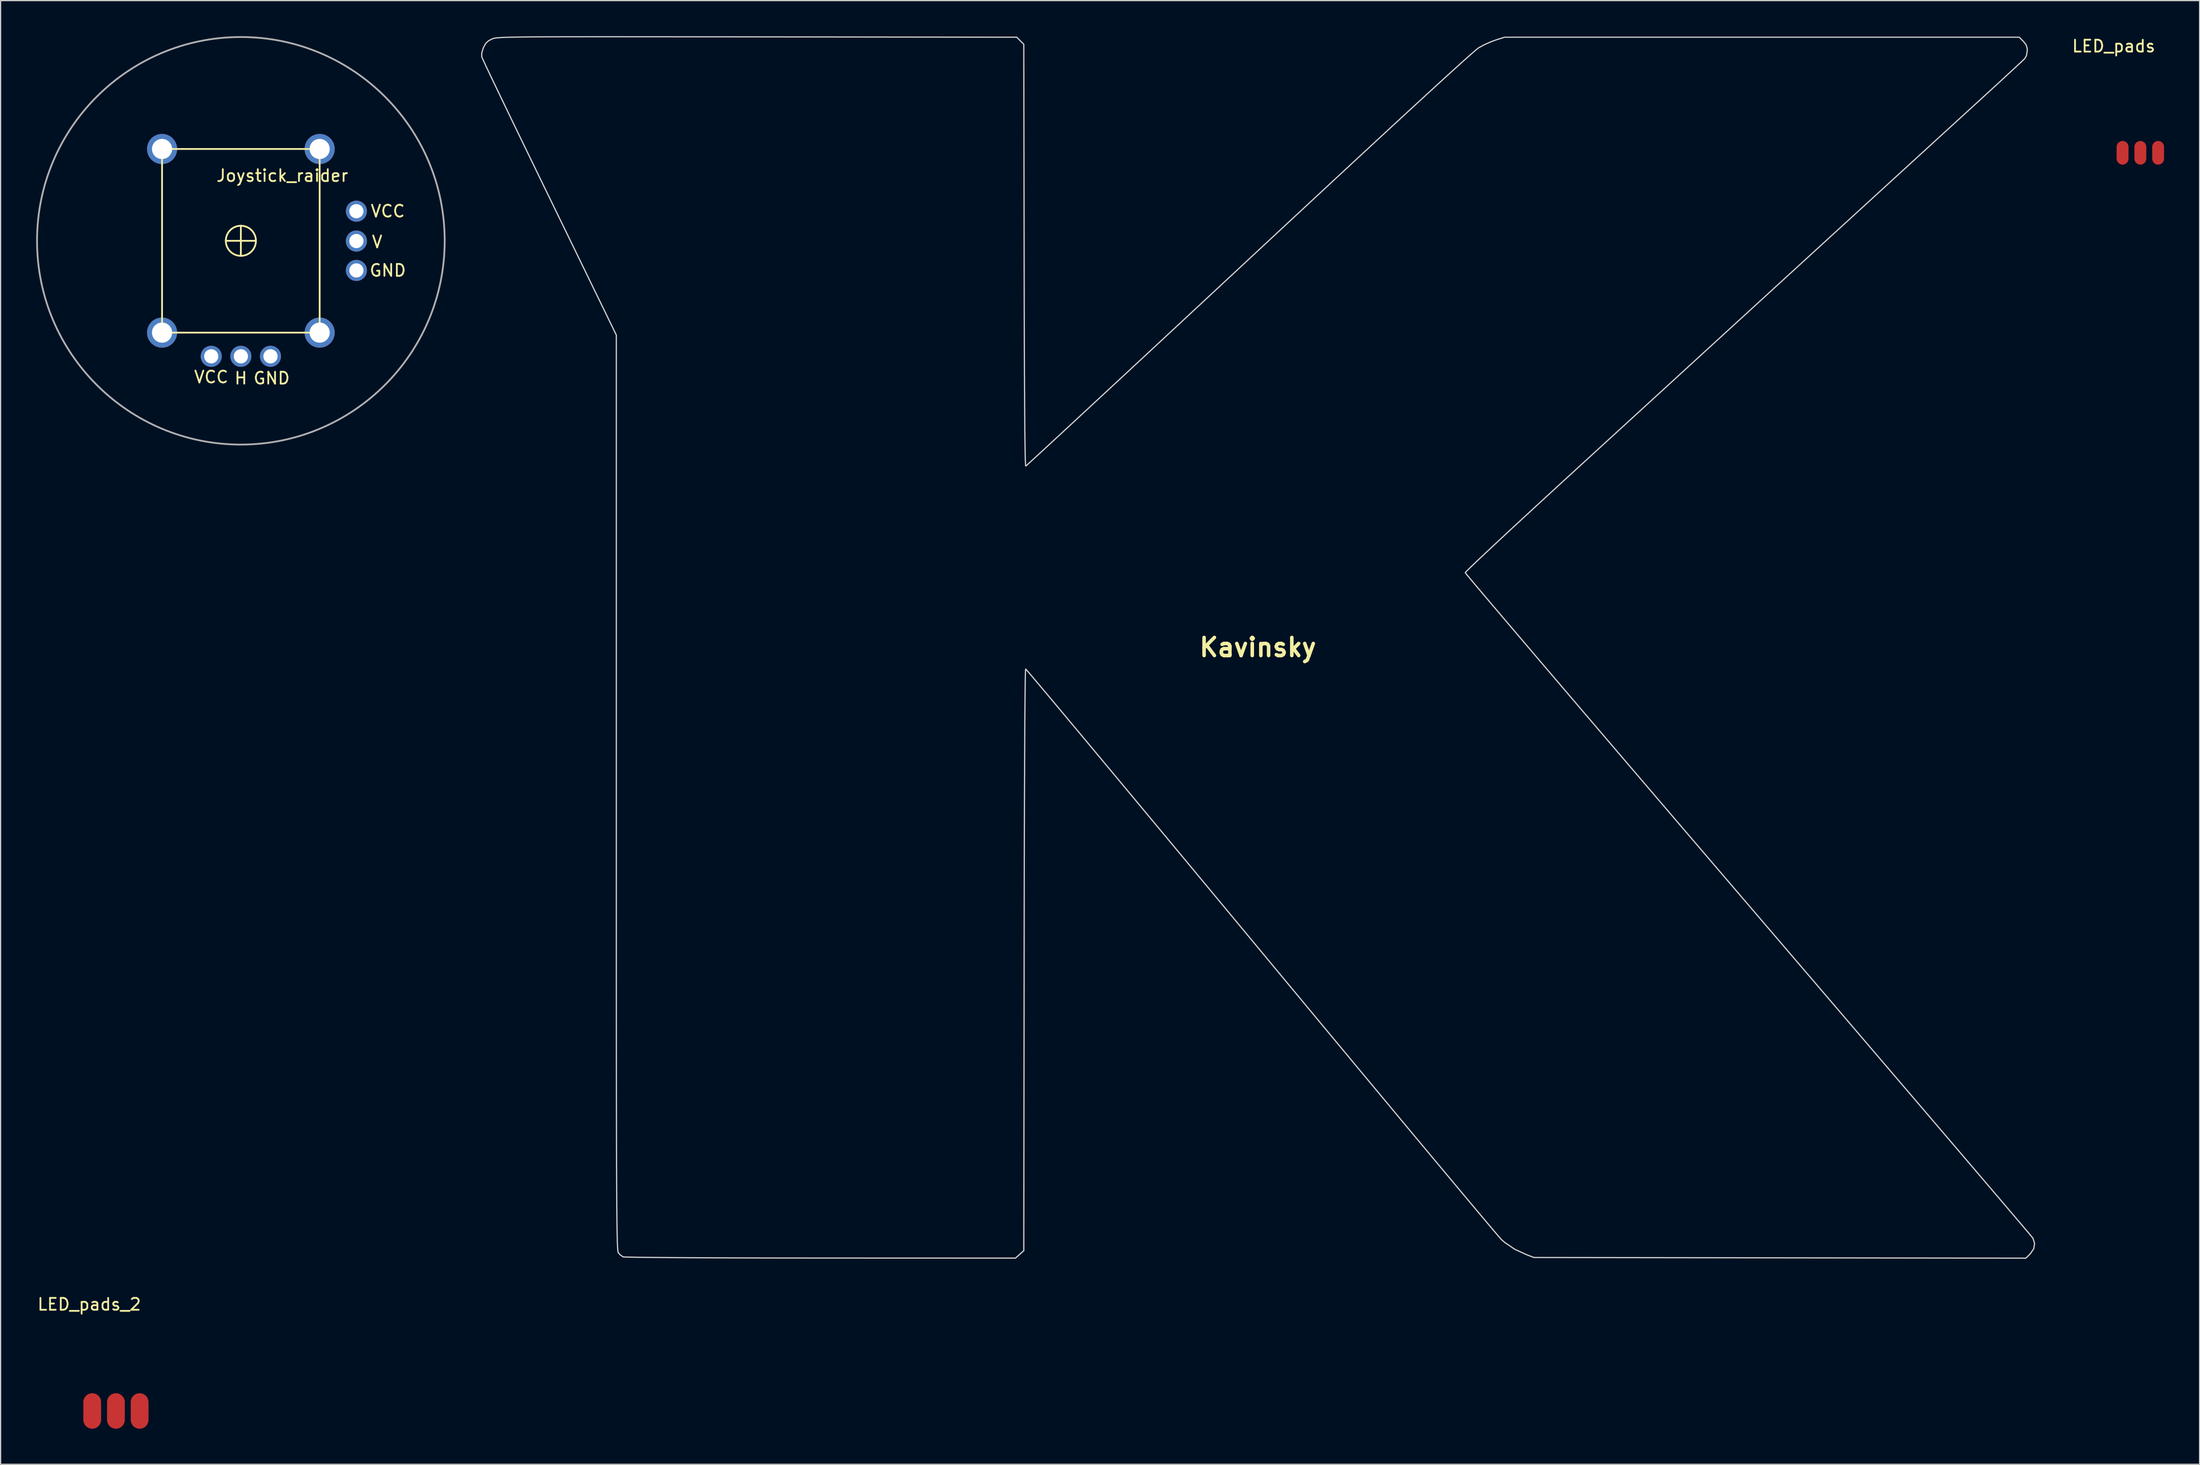
<source format=kicad_pcb>
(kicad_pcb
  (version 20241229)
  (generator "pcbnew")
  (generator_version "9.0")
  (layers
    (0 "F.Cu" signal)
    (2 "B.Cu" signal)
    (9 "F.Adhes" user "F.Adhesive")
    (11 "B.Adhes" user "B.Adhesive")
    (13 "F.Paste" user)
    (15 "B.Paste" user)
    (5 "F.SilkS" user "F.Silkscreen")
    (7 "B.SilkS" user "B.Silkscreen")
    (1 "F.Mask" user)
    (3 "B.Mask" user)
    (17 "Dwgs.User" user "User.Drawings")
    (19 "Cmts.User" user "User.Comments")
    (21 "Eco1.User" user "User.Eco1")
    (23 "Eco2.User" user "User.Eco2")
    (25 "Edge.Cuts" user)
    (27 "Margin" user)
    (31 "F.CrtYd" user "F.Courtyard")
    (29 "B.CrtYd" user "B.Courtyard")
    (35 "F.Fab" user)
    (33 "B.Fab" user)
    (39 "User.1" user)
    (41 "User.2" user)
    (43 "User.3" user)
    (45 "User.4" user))
  (footprint "LED_pads_2"
    (layer "F.Cu")
    (at 6.732 116.045)
    (property "Reference" "LED_pads_2" (at -2.25 -9 0) (unlocked yes) (layer "F.SilkS") (effects (font (size 1 1) (thickness 0.15))))
    (pad "1" smd roundrect (at -2 0) (size 1.5 3) (layers "F.Cu" "F.Mask" "F.Paste") (roundrect_rratio 0.5))
    (pad "2" smd roundrect (at 0 0) (size 1.5 3) (layers "F.Cu" "F.Mask" "F.Paste") (roundrect_rratio 0.5))
    (pad "3" smd roundrect (at 2 0) (size 1.5 3) (layers "F.Cu" "F.Mask" "F.Paste") (roundrect_rratio 0.5)))
  (footprint "LED_pads"
    (layer "F.Cu")
    (at 177.565 9.848)
    (property "Reference" "LED_pads" (at -2.25 -9 0) (unlocked yes) (layer "F.SilkS") (effects (font (size 1 1) (thickness 0.15))))
    (pad "1" smd roundrect (at -1.5 0) (size 1 2) (layers "F.Cu" "F.Mask" "F.Paste") (roundrect_rratio 0.5))
    (pad "2" smd roundrect (at 0 0) (size 1 2) (layers "F.Cu" "F.Mask" "F.Paste") (roundrect_rratio 0.5))
    (pad "3" smd roundrect (at 1.5 0) (size 1 2) (layers "F.Cu" "F.Mask" "F.Paste") (roundrect_rratio 0.5)))
  (footprint "Joystick_raider"
    (layer "F.Cu")
    (at 17.275 17.275)
    (property "Reference" "Joystick_raider" (at 3.5 -5.5 0) (layer "F.SilkS") (effects (font (size 1 1) (thickness 0.15))))
    (attr through_hole)
    (fp_line (start -6.65 -7.75) (end 6.65 -7.75) (stroke (width 0.15) (type solid)) (layer "F.SilkS"))
    (fp_line (start -6.65 -7.4) (end -6.65 7.4) (stroke (width 0.15) (type solid)) (layer "F.SilkS"))
    (fp_line (start -6.65 7.75) (end 6.65 7.75) (stroke (width 0.15) (type solid)) (layer "F.SilkS"))
    (fp_line (start -1.27 0) (end 1.27 0) (stroke (width 0.15) (type solid)) (layer "F.SilkS"))
    (fp_line (start 0 -1.27) (end 0 1.27) (stroke (width 0.15) (type solid)) (layer "F.SilkS"))
    (fp_line (start 6.65 7.4) (end 6.65 -7.4) (stroke (width 0.15) (type solid)) (layer "F.SilkS"))
    (fp_circle (center 0 0) (end 1.27 0) (stroke (width 0.15) (type solid)) (fill no) (layer "F.SilkS"))
    (fp_circle (center 0 0) (end 17.2 0) (stroke (width 0.15) (type solid)) (fill no) (layer "F.Fab"))
    (fp_text user "VCC" (at 12.4 -2.5 0) (layer "F.SilkS") (effects (font (size 1 1) (thickness 0.15))))
    (fp_text user "GND" (at 12.4 2.5 0) (layer "F.SilkS") (effects (font (size 1 1) (thickness 0.15))))
    (fp_text user "H" (at 0 11.6 180) (layer "F.SilkS") (effects (font (size 1 1) (thickness 0.15))))
    (fp_text user "GND" (at 2.6 11.6 180) (layer "F.SilkS") (effects (font (size 1 1) (thickness 0.15))))
    (fp_text user "VCC" (at -2.5 11.5 180) (layer "F.SilkS") (effects (font (size 1 1) (thickness 0.15))))
    (fp_text user "V" (at 11.5 0.1 0) (layer "F.SilkS") (effects (font (size 1 1) (thickness 0.15))))
    (pad "" np_thru_hole circle (at -6.65 -7.75) (size 2.54 2.54) (drill 1.7) (layers "*.Cu" "*.Mask"))
    (pad "" np_thru_hole circle (at -6.65 7.75) (size 2.54 2.54) (drill 1.7) (layers "*.Cu" "*.Mask"))
    (pad "" np_thru_hole circle (at 6.65 -7.75) (size 2.54 2.54) (drill 1.7) (layers "*.Cu" "*.Mask"))
    (pad "" np_thru_hole circle (at 6.65 7.75) (size 2.54 2.54) (drill 1.7) (layers "*.Cu" "*.Mask"))
    (pad "5" thru_hole circle (at -2.5 9.75) (size 1.778 1.778) (drill 1.2) (layers "*.Cu" "*.Mask"))
    (pad "6" thru_hole circle (at 0 9.75) (size 1.778 1.778) (drill 1.2) (layers "*.Cu" "*.Mask"))
    (pad "7" thru_hole circle (at 2.5 9.75) (size 1.778 1.778) (drill 1.2) (layers "*.Cu" "*.Mask"))
    (pad "8" thru_hole circle (at 9.75 -2.5) (size 1.778 1.778) (drill 1.2) (layers "*.Cu" "*.Mask"))
    (pad "9" thru_hole circle (at 9.75 0.02) (size 1.778 1.778) (drill 1.2) (layers "*.Cu" "*.Mask"))
    (pad "10" thru_hole circle (at 9.75 2.5) (size 1.778 1.778) (drill 1.2) (layers "*.Cu" "*.Mask")))
  (footprint "Kavinsky"
    (layer "F.Cu")
    (at 103.094 51.59)
    (property "Reference" "Kavinsky" (at 0 0 0) (layer "F.SilkS") (effects (font (size 1.524 1.524) (thickness 0.3))))
    (attr board_only exclude_from_pos_files exclude_from_bom)
    (fp_poly (pts (xy -53.642 -51.539) (xy -51.921 -51.538) (xy -50.023 -51.537) (xy -47.941 -51.534) (xy -45.664 -51.532) (xy -43.184 -51.529) (xy -42.255 -51.528) (xy -20.346 -51.5) (xy -20.048 -51.201) (xy -19.75 -50.903) (xy -19.722 -33.084) (xy -19.717 -30.487) (xy -19.712 -28.102) (xy -19.705 -25.928) (xy -19.698 -23.963) (xy -19.69 -22.205) (xy -19.681 -20.652) (xy -19.671 -19.3) (xy -19.66 -18.149) (xy -19.648 -17.197) (xy -19.636 -16.44) (xy -19.622 -15.877) (xy -19.607 -15.505) (xy -19.591 -15.323) (xy -19.583 -15.303) (xy -19.495 -15.378) (xy -19.257 -15.594) (xy -18.875 -15.945) (xy -18.356 -16.422) (xy -17.707 -17.021) (xy -16.935 -17.734) (xy -16.047 -18.556) (xy -15.05 -19.48) (xy -13.95 -20.5) (xy -12.755 -21.609) (xy -11.471 -22.8) (xy -10.106 -24.069) (xy -8.666 -25.407) (xy -7.157 -26.809) (xy -5.588 -28.268) (xy -3.965 -29.778) (xy -2.294 -31.332) (xy -0.746 -32.774) (xy 1.636 -34.991) (xy 3.862 -37.06) (xy 5.931 -38.981) (xy 7.844 -40.756) (xy 9.601 -42.383) (xy 11.202 -43.864) (xy 12.647 -45.197) (xy 13.937 -46.384) (xy 15.071 -47.425) (xy 16.05 -48.319) (xy 16.874 -49.067) (xy 17.543 -49.668) (xy 18.058 -50.124) (xy 18.417 -50.434) (xy 18.622 -50.598) (xy 18.65 -50.616) (xy 19.127 -50.873) (xy 19.676 -51.117) (xy 20.072 -51.262) (xy 20.826 -51.5) (xy 64.249 -51.5) (xy 64.589 -51.16) (xy 64.823 -50.874) (xy 64.918 -50.58) (xy 64.929 -50.377) (xy 64.862 -49.949) (xy 64.725 -49.705) (xy 64.609 -49.59) (xy 64.349 -49.345) (xy 63.96 -48.983) (xy 63.459 -48.519) (xy 62.861 -47.968) (xy 62.182 -47.343) (xy 61.436 -46.659) (xy 60.64 -45.931) (xy 60.271 -45.594) (xy 59.427 -44.822) (xy 58.436 -43.916) (xy 57.31 -42.887) (xy 56.061 -41.745) (xy 54.701 -40.502) (xy 53.242 -39.168) (xy 51.697 -37.754) (xy 50.076 -36.272) (xy 48.392 -34.731) (xy 46.657 -33.144) (xy 44.883 -31.521) (xy 43.081 -29.872) (xy 41.265 -28.21) (xy 39.445 -26.544) (xy 37.633 -24.886) (xy 35.843 -23.247) (xy 34.085 -21.638) (xy 32.371 -20.069) (xy 30.714 -18.552) (xy 29.125 -17.098) (xy 27.617 -15.717) (xy 26.201 -14.42) (xy 25.508 -13.785) (xy 24.393 -12.763) (xy 23.325 -11.78) (xy 22.314 -10.847) (xy 21.37 -9.973) (xy 20.504 -9.168) (xy 19.726 -8.442) (xy 19.048 -7.805) (xy 18.479 -7.267) (xy 18.03 -6.838) (xy 17.712 -6.527) (xy 17.536 -6.345) (xy 17.502 -6.3) (xy 17.572 -6.208) (xy 17.778 -5.959) (xy 18.113 -5.559) (xy 18.572 -5.012) (xy 19.152 -4.327) (xy 19.846 -3.507) (xy 20.65 -2.56) (xy 21.558 -1.491) (xy 22.566 -0.307) (xy 23.668 0.988) (xy 24.859 2.386) (xy 26.135 3.882) (xy 27.489 5.47) (xy 28.918 7.144) (xy 30.415 8.898) (xy 31.977 10.726) (xy 33.597 12.622) (xy 35.27 14.58) (xy 36.993 16.594) (xy 38.759 18.659) (xy 40.563 20.767) (xy 41.396 21.74) (xy 43.217 23.868) (xy 45.003 25.955) (xy 46.748 27.995) (xy 48.447 29.982) (xy 50.096 31.91) (xy 51.688 33.773) (xy 53.22 35.565) (xy 54.685 37.28) (xy 56.08 38.912) (xy 57.397 40.455) (xy 58.634 41.903) (xy 59.783 43.251) (xy 60.841 44.491) (xy 61.802 45.618) (xy 62.661 46.627) (xy 63.413 47.511) (xy 64.053 48.263) (xy 64.576 48.879) (xy 64.976 49.352) (xy 65.248 49.677) (xy 65.388 49.846) (xy 65.407 49.87) (xy 65.547 50.311) (xy 65.477 50.751) (xy 65.201 51.165) (xy 65.177 51.189) (xy 64.81 51.557) (xy 44.056 51.528) (xy 23.301 51.5) (xy 22.664 51.257) (xy 21.685 50.806) (xy 20.856 50.247) (xy 20.574 50.003) (xy 20.466 49.885) (xy 20.226 49.607) (xy 19.86 49.177) (xy 19.374 48.601) (xy 18.773 47.886) (xy 18.062 47.039) (xy 17.247 46.066) (xy 16.335 44.974) (xy 15.33 43.771) (xy 14.237 42.462) (xy 13.064 41.054) (xy 11.814 39.554) (xy 10.495 37.968) (xy 9.11 36.304) (xy 7.667 34.568) (xy 6.17 32.767) (xy 4.626 30.907) (xy 3.039 28.996) (xy 1.415 27.039) (xy 0.301 25.696) (xy -1.339 23.718) (xy -2.945 21.784) (xy -4.509 19.899) (xy -6.027 18.071) (xy -7.494 16.306) (xy -8.904 14.611) (xy -10.251 12.991) (xy -11.53 11.454) (xy -12.735 10.007) (xy -13.862 8.655) (xy -14.904 7.405) (xy -15.857 6.264) (xy -16.714 5.238) (xy -17.47 4.334) (xy -18.121 3.559) (xy -18.66 2.918) (xy -19.081 2.419) (xy -19.38 2.068) (xy -19.552 1.872) (xy -19.593 1.83) (xy -19.604 1.937) (xy -19.616 2.254) (xy -19.627 2.778) (xy -19.637 3.503) (xy -19.647 4.425) (xy -19.657 5.539) (xy -19.666 6.842) (xy -19.674 8.327) (xy -19.683 9.991) (xy -19.69 11.83) (xy -19.697 13.837) (xy -19.703 16.01) (xy -19.709 18.343) (xy -19.714 20.831) (xy -19.718 23.471) (xy -19.722 26.258) (xy -19.722 26.377) (xy -19.75 50.925) (xy -20.453 51.553) (xy -36.891 51.547) (xy -38.758 51.545) (xy -40.569 51.543) (xy -42.311 51.539) (xy -43.972 51.535) (xy -45.541 51.529) (xy -47.005 51.523) (xy -48.353 51.516) (xy -49.573 51.508) (xy -50.654 51.499) (xy -51.582 51.49) (xy -52.346 51.481) (xy -52.935 51.471) (xy -53.337 51.461) (xy -53.539 51.45) (xy -53.56 51.447) (xy -53.798 51.287) (xy -53.963 51.107) (xy -53.979 51.072) (xy -53.993 51.011) (xy -54.007 50.915) (xy -54.02 50.778) (xy -54.031 50.595) (xy -54.043 50.358) (xy -54.053 50.061) (xy -54.062 49.698) (xy -54.071 49.261) (xy -54.079 48.745) (xy -54.086 48.142) (xy -54.093 47.447) (xy -54.099 46.653) (xy -54.105 45.754) (xy -54.11 44.742) (xy -54.114 43.611) (xy -54.118 42.356) (xy -54.121 40.968) (xy -54.124 39.443) (xy -54.127 37.773) (xy -54.129 35.951) (xy -54.131 33.972) (xy -54.133 31.829) (xy -54.134 29.515) (xy -54.135 27.023) (xy -54.135 24.348) (xy -54.136 21.483) (xy -54.136 18.421) (xy -54.136 15.156) (xy -54.136 12.25) (xy -54.136 -26.36) (xy -59.78 -37.961) (xy -60.503 -39.448) (xy -61.2 -40.885) (xy -61.866 -42.259) (xy -62.494 -43.557) (xy -63.079 -44.769) (xy -63.614 -45.881) (xy -64.095 -46.881) (xy -64.514 -47.757) (xy -64.867 -48.497) (xy -65.147 -49.089) (xy -65.348 -49.52) (xy -65.465 -49.778) (xy -65.494 -49.849) (xy -65.486 -50.204) (xy -65.343 -50.633) (xy -65.151 -50.983) (xy -64.906 -51.207) (xy -64.643 -51.343) (xy -64.584 -51.368) (xy -64.518 -51.391) (xy -64.436 -51.412) (xy -64.328 -51.43) (xy -64.186 -51.448) (xy -64.002 -51.463) (xy -63.765 -51.477) (xy -63.468 -51.489) (xy -63.101 -51.499) (xy -62.655 -51.509) (xy -62.122 -51.517) (xy -61.493 -51.523) (xy -60.758 -51.528) (xy -59.91 -51.533) (xy -58.938 -51.536) (xy -57.834 -51.538) (xy -56.589 -51.539) (xy -55.195 -51.54)) (stroke (width 0.1) (type solid)) (fill no) (layer "Edge.Cuts")))
  (gr_rect
    (start -3 -3)
    (end 182.565 120.545)
    (stroke (width 0.1) (type default))
    (fill no)
    (layer "Edge.Cuts")))
</source>
